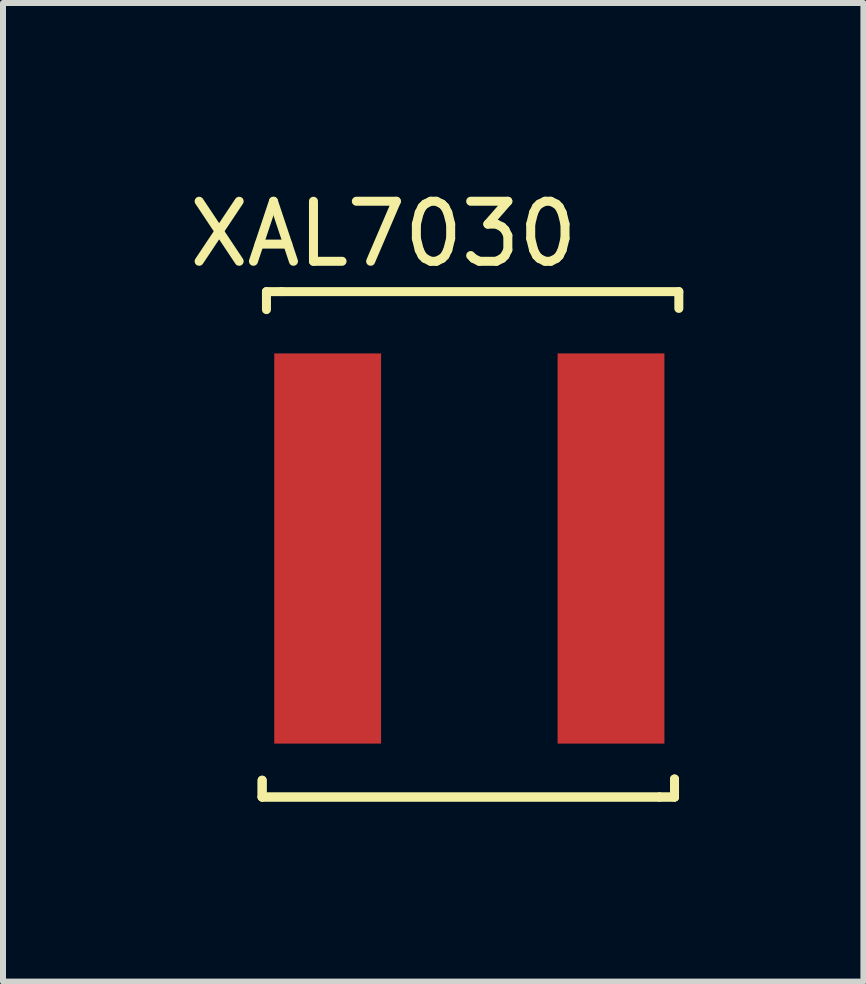
<source format=kicad_pcb>
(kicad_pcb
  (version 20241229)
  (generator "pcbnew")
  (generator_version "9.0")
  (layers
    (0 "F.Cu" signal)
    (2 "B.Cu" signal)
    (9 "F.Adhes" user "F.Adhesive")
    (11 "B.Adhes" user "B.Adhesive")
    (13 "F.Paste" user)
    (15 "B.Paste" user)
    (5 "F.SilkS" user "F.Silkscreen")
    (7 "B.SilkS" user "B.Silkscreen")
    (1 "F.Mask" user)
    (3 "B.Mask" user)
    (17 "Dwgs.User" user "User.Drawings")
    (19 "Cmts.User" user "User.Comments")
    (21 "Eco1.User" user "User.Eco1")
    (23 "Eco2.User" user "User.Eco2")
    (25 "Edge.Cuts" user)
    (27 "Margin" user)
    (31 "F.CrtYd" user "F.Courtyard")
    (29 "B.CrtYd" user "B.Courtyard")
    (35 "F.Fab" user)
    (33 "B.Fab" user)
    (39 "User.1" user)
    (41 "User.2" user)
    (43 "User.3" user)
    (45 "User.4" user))
  (footprint "XAL7030"
    (layer "F.Cu")
    (at 2.409 6.088)
    (property "Reference" "XAL7030" (at 0.93 -5.24 0) (layer "F.SilkS") (effects (font (size 1 1) (thickness 0.15))))
    (attr through_hole)
    (fp_line (start -1.092 4.14) (end -1.092 3.86) (stroke (width 0.15) (type solid)) (layer "F.SilkS"))
    (fp_line (start -1.092 4.14) (end -1.092 3.86) (stroke (width 0.15) (type solid)) (layer "F.SilkS"))
    (fp_line (start -1.02 -4.28) (end -1.02 -4.1) (stroke (width 0.15) (type solid)) (layer "F.SilkS"))
    (fp_line (start -1.02 -4.1) (end -1.02 -3.98) (stroke (width 0.15) (type solid)) (layer "F.SilkS"))
    (fp_line (start -0.77 -4.28) (end -1.02 -4.28) (stroke (width 0.15) (type solid)) (layer "F.SilkS"))
    (fp_line (start -0.77 -4.28) (end 5.85 -4.28) (stroke (width 0.15) (type solid)) (layer "F.SilkS"))
    (fp_line (start 5.528 4.14) (end -1.092 4.14) (stroke (width 0.15) (type solid)) (layer "F.SilkS"))
    (fp_line (start 5.528 4.14) (end -1.092 4.14) (stroke (width 0.15) (type solid)) (layer "F.SilkS"))
    (fp_line (start 5.528 4.14) (end 5.778 4.14) (stroke (width 0.15) (type solid)) (layer "F.SilkS"))
    (fp_line (start 5.528 4.14) (end 5.778 4.14) (stroke (width 0.15) (type solid)) (layer "F.SilkS"))
    (fp_line (start 5.778 3.96) (end 5.778 3.84) (stroke (width 0.15) (type solid)) (layer "F.SilkS"))
    (fp_line (start 5.778 3.96) (end 5.778 3.84) (stroke (width 0.15) (type solid)) (layer "F.SilkS"))
    (fp_line (start 5.778 4.14) (end 5.778 3.96) (stroke (width 0.15) (type solid)) (layer "F.SilkS"))
    (fp_line (start 5.778 4.14) (end 5.778 3.96) (stroke (width 0.15) (type solid)) (layer "F.SilkS"))
    (fp_line (start 5.85 -4.28) (end 5.85 -4) (stroke (width 0.15) (type solid)) (layer "F.SilkS"))
    (pad "1" smd rect (at 0 0) (size 1.78 6.5) (layers "F.Cu" "F.Mask" "F.Paste"))
    (pad "2" smd rect (at 4.72 0) (size 1.78 6.5) (layers "F.Cu" "F.Mask" "F.Paste")))
  (gr_rect
    (start -3 -3)
    (end 11.334 13.303)
    (stroke (width 0.1) (type default))
    (fill no)
    (layer "Edge.Cuts")))
</source>
